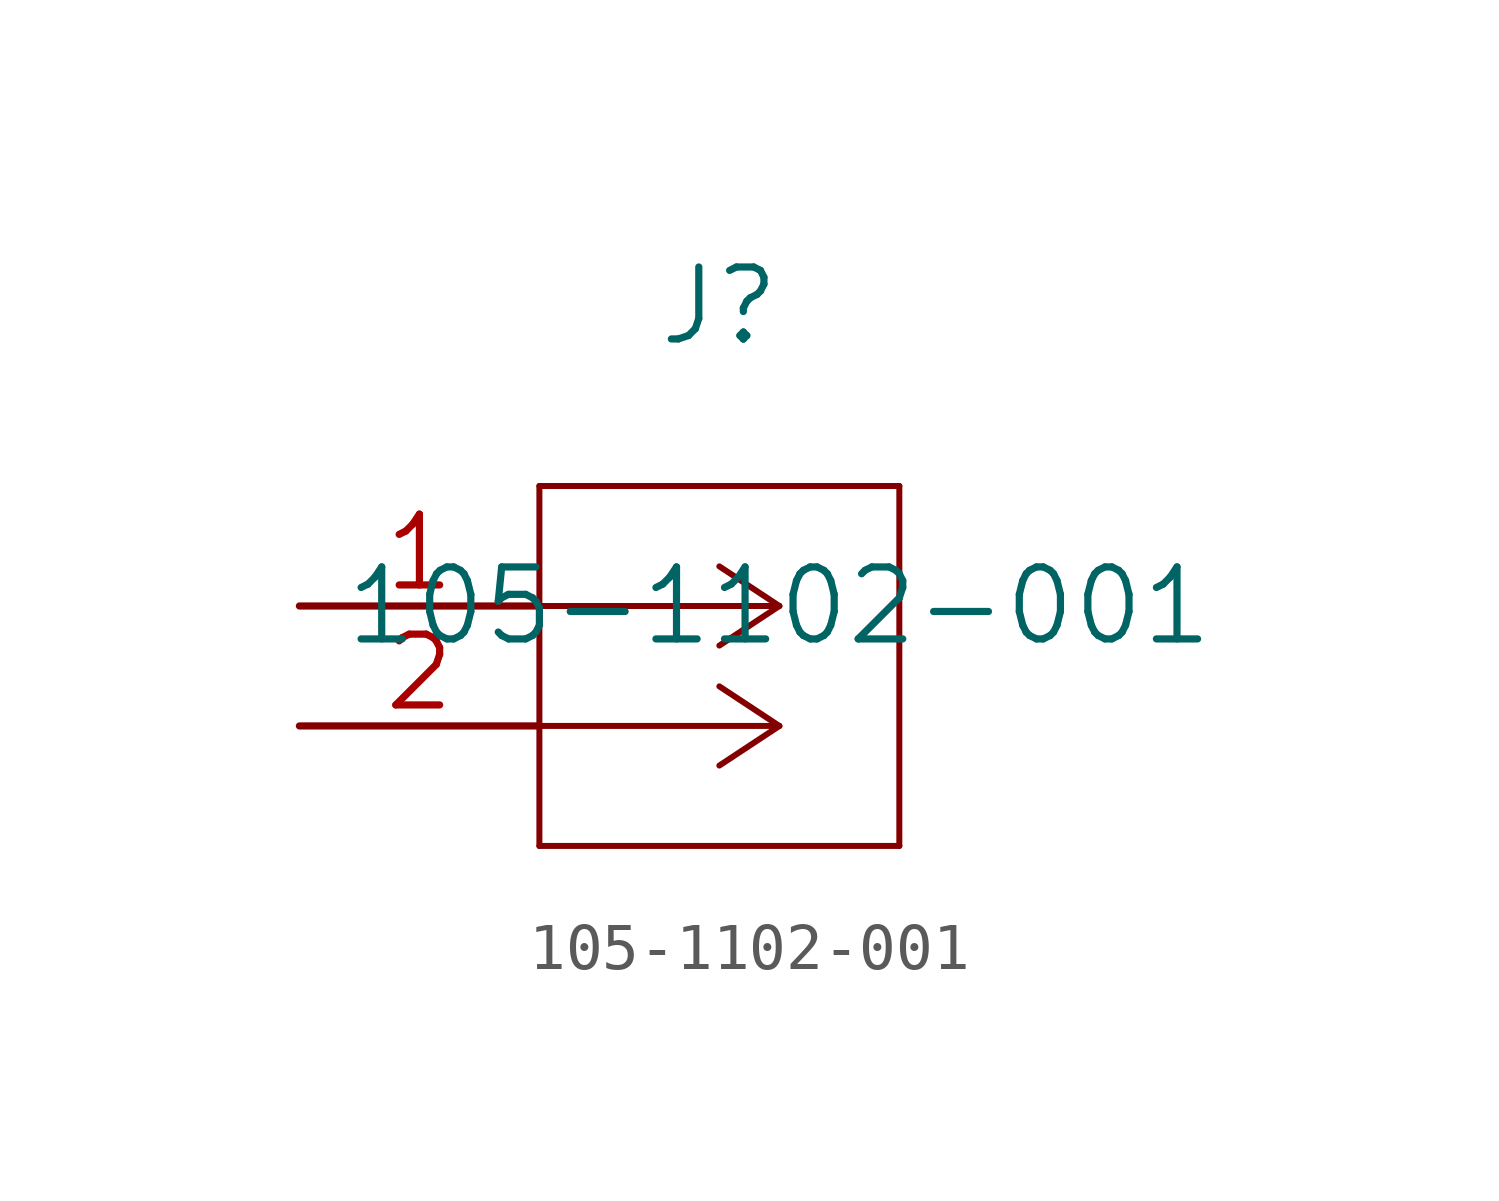
<source format=kicad_sym>
(kicad_symbol_lib
  (version 20220914)
  (generator kicad_symbol_editor)
  (symbol "105-1102-001"
    (pin_names
      (offset 0.254) hide)
    (property "Reference" "J"
      (at 8.89 6.35 0)
      (effects (font (size 1.524 1.524))))
    (property "Value" "105-1102-001"
      (at 10.16 0 0)
      (effects (font (size 1.524 1.524))))
    (property "Datasheet" ""
      (at 0 0 0)
      (effects (font (size 1.524 1.524))))
    (property "ki_locked" ""
      (at 0 0 0)
      (effects (font (size 1.27 1.27))))
    (symbol "105-1102-001_1_1"
      (polyline (pts (xy 5.08 -5.08) (xy 12.7 -5.08)) (stroke (width 0.127) (type solid)) (fill (type none)))
      (polyline (pts (xy 5.08 2.54) (xy 5.08 -5.08)) (stroke (width 0.127) (type solid)) (fill (type none)))
      (polyline (pts (xy 10.16 -2.54) (xy 5.08 -2.54)) (stroke (width 0.127) (type solid)) (fill (type none)))
      (polyline (pts (xy 10.16 -2.54) (xy 8.89 -3.378)) (stroke (width 0.127) (type solid)) (fill (type none)))
      (polyline (pts (xy 10.16 -2.54) (xy 8.89 -1.702)) (stroke (width 0.127) (type solid)) (fill (type none)))
      (polyline (pts (xy 10.16 0) (xy 5.08 0)) (stroke (width 0.127) (type solid)) (fill (type none)))
      (polyline (pts (xy 10.16 0) (xy 8.89 -0.838)) (stroke (width 0.127) (type solid)) (fill (type none)))
      (polyline (pts (xy 10.16 0) (xy 8.89 0.838)) (stroke (width 0.127) (type solid)) (fill (type none)))
      (polyline (pts (xy 12.7 -5.08) (xy 12.7 2.54)) (stroke (width 0.127) (type solid)) (fill (type none)))
      (polyline (pts (xy 12.7 2.54) (xy 5.08 2.54)) (stroke (width 0.127) (type solid)) (fill (type none)))
      (pin unspecified line (at 0 0 0) (length 5.08) (name "1" (effects (font (size 1.499 1.499)))) (number "1" (effects (font (size 1.499 1.499)))))
      (pin unspecified line (at 0 -2.54 0) (length 5.08) (name "2" (effects (font (size 1.499 1.499)))) (number "2" (effects (font (size 1.499 1.499))))))))
</source>
